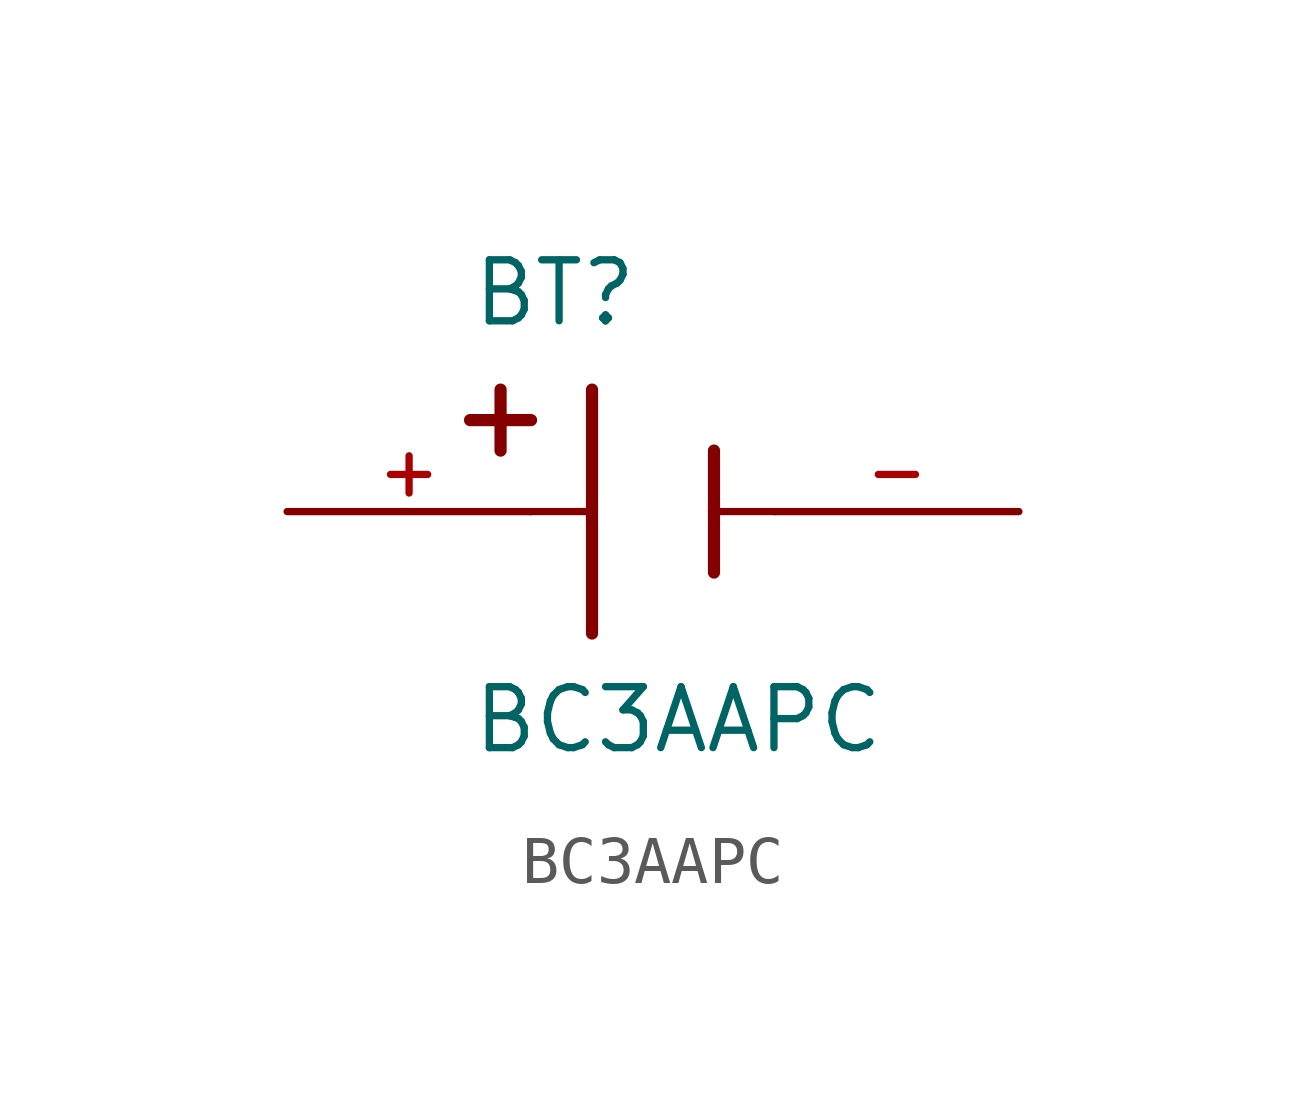
<source format=kicad_sym>
(kicad_symbol_lib
  (version 20231120)
  (generator "kicad_symbol_editor")
  (generator_version "8.0")
  (symbol "BC3AAPC"
    (pin_names
      (offset 1.016))
    (property "Reference" "BT"
      (at -3.81 3.81 0)
      (effects (font (size 1.27 1.27)) (justify left bottom)))
    (property "Value" "BC3AAPC"
      (at -3.81 -5.08 0)
      (effects (font (size 1.27 1.27)) (justify left bottom)))
    (symbol "BC3AAPC_0_0"
      (polyline (pts (xy -3.81 1.905) (xy -2.54 1.905)) (stroke (width 0.254) (type default)) (fill (type none)))
      (polyline (pts (xy -3.175 2.54) (xy -3.175 1.27)) (stroke (width 0.254) (type default)) (fill (type none)))
      (polyline (pts (xy -1.27 0) (xy -2.54 0)) (stroke (width 0.152) (type default)) (fill (type none)))
      (polyline (pts (xy -1.27 0) (xy -1.27 -2.54)) (stroke (width 0.254) (type default)) (fill (type none)))
      (polyline (pts (xy -1.27 2.54) (xy -1.27 0)) (stroke (width 0.254) (type default)) (fill (type none)))
      (polyline (pts (xy 1.27 0) (xy 1.27 -1.27)) (stroke (width 0.254) (type default)) (fill (type none)))
      (polyline (pts (xy 1.27 0) (xy 2.54 0)) (stroke (width 0.152) (type default)) (fill (type none)))
      (polyline (pts (xy 1.27 1.27) (xy 1.27 0)) (stroke (width 0.254) (type default)) (fill (type none)))
      (pin passive line (at -7.62 0 0) (length 5.08) (name "~" (effects (font (size 1.016 1.016)))) (number "+" (effects (font (size 1.016 1.016)))))
      (pin passive line (at 7.62 0 180) (length 5.08) (name "~" (effects (font (size 1.016 1.016)))) (number "-" (effects (font (size 1.016 1.016))))))))
</source>
